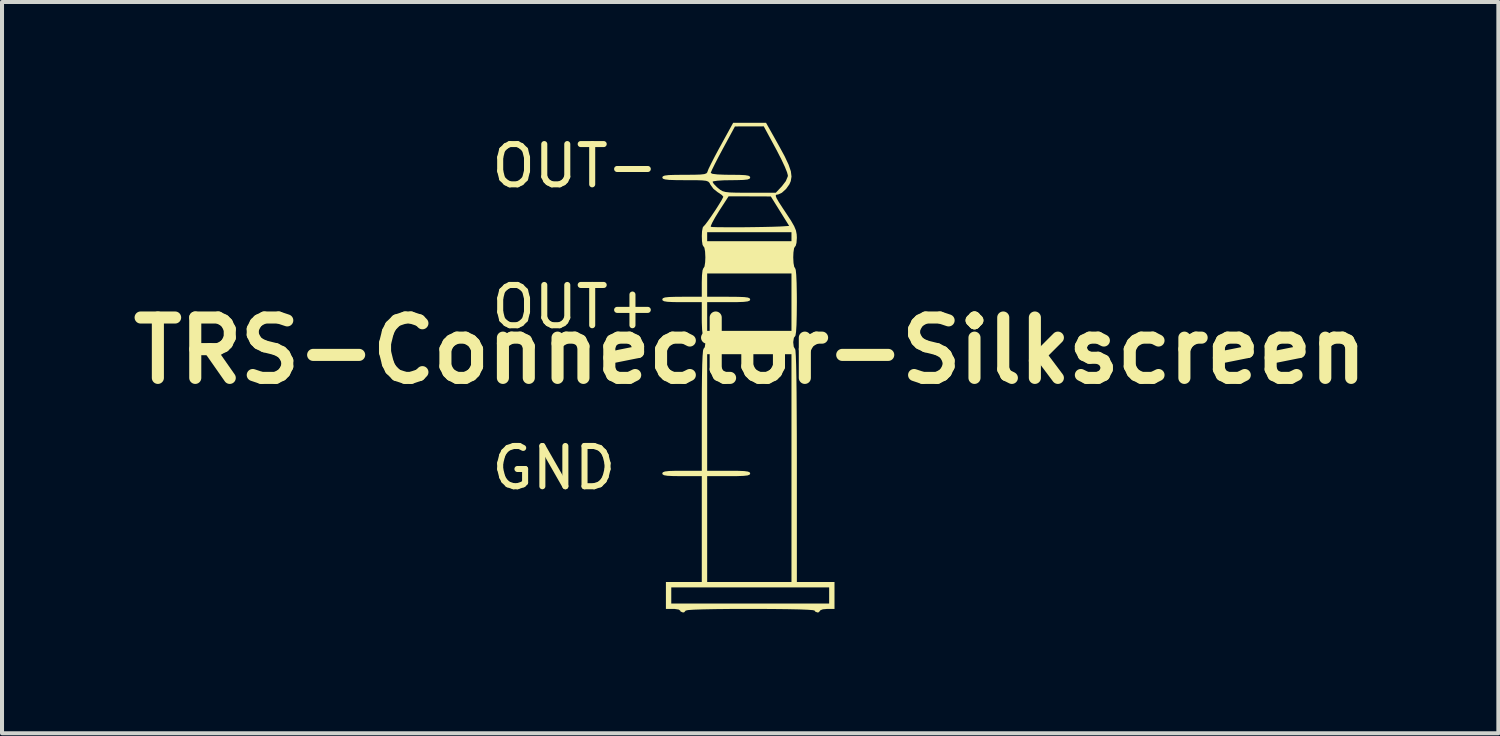
<source format=kicad_pcb>
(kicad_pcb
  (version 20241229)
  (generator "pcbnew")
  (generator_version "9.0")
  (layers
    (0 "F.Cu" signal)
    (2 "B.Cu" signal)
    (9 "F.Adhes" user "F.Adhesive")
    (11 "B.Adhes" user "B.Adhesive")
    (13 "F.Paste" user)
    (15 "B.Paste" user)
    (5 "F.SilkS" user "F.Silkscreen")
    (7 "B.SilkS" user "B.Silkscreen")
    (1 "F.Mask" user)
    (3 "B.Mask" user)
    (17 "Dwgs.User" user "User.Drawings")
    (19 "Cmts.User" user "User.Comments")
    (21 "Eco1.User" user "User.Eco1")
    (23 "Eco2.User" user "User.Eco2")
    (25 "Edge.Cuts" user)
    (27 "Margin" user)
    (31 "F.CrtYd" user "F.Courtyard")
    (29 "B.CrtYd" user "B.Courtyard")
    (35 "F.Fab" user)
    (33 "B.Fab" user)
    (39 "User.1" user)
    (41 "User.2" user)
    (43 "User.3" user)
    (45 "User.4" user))
  (footprint "TRS-Connector-Silkscreen"
    (layer "F.Cu")
    (at 15.586 5.659)
    (property "Reference" "TRS-Connector-Silkscreen" (at 0 0 0) (layer "F.SilkS") (effects (font (size 1.5 1.5) (thickness 0.3))))
    (attr board_only exclude_from_pos_files exclude_from_bom)
    (fp_poly (pts (xy 0.709 -5.097) (xy 0.855 -4.828) (xy 0.954 -4.618) (xy 1.01 -4.454) (xy 1.026 -4.322) (xy 1.007 -4.208) (xy 0.973 -4.13) (xy 0.89 -4.014) (xy 0.787 -3.921) (xy 0.694 -3.878) (xy 0.684 -3.877) (xy 0.645 -3.871) (xy 0.633 -3.846) (xy 0.653 -3.789) (xy 0.71 -3.69) (xy 0.81 -3.536) (xy 0.892 -3.413) (xy 1.014 -3.227) (xy 1.092 -3.091) (xy 1.136 -2.985) (xy 1.155 -2.887) (xy 1.159 -2.8) (xy 1.15 -2.676) (xy 1.129 -2.598) (xy 1.114 -2.585) (xy 1.09 -2.544) (xy 1.074 -2.438) (xy 1.069 -2.317) (xy 1.076 -2.175) (xy 1.094 -2.078) (xy 1.114 -2.05) (xy 1.131 -2.006) (xy 1.144 -1.879) (xy 1.153 -1.674) (xy 1.158 -1.397) (xy 1.159 -1.203) (xy 1.156 -0.886) (xy 1.15 -0.638) (xy 1.139 -0.465) (xy 1.124 -0.372) (xy 1.114 -0.356) (xy 1.085 -0.317) (xy 1.07 -0.221) (xy 1.069 -0.201) (xy 1.081 -0.097) (xy 1.108 -0.046) (xy 1.114 -0.045) (xy 1.124 -0.000166) (xy 1.133 0.132) (xy 1.141 0.352) (xy 1.147 0.658) (xy 1.152 1.049) (xy 1.155 1.524) (xy 1.158 2.083) (xy 1.159 2.724) (xy 1.159 2.852) (xy 1.159 5.748) (xy 1.626 5.748) (xy 2.094 5.748) (xy 2.094 6.083) (xy 2.094 6.417) (xy 1.916 6.417) (xy 1.805 6.427) (xy 1.742 6.451) (xy 1.738 6.461) (xy 1.702 6.501) (xy 1.671 6.506) (xy 1.612 6.482) (xy 1.604 6.461) (xy 1.56 6.448) (xy 1.429 6.438) (xy 1.214 6.429) (xy 0.916 6.423) (xy 0.538 6.419) (xy 0.083 6.417) (xy 0 6.417) (xy -0.468 6.418) (xy -0.859 6.422) (xy -1.17 6.428) (xy -1.399 6.436) (xy -1.544 6.446) (xy -1.603 6.459) (xy -1.604 6.461) (xy -1.64 6.501) (xy -1.671 6.506) (xy -1.73 6.482) (xy -1.738 6.461) (xy -1.777 6.433) (xy -1.876 6.418) (xy -1.916 6.417) (xy -2.094 6.417) (xy -2.094 6.083) (xy -2.094 5.882) (xy -1.961 5.882) (xy -1.961 6.083) (xy -1.961 6.283) (xy 0 6.283) (xy 1.961 6.283) (xy 1.961 6.083) (xy 1.961 5.882) (xy 0 5.882) (xy -1.961 5.882) (xy -2.094 5.882) (xy -2.094 5.748) (xy -1.649 5.748) (xy -1.203 5.748) (xy -1.203 4.434) (xy -1.203 3.119) (xy -1.693 3.119) (xy -1.913 3.117) (xy -2.057 3.11) (xy -2.141 3.096) (xy -2.178 3.073) (xy -2.184 3.052) (xy -2.17 3.023) (xy -2.118 3.003) (xy -2.015 2.991) (xy -1.846 2.986) (xy -1.693 2.986) (xy -1.203 2.986) (xy -1.203 1.471) (xy -1.202 1.018) (xy -1.198 0.642) (xy -1.192 0.345) (xy -1.183 0.13) (xy -1.179 0.089) (xy -1.069 0.089) (xy -1.069 1.537) (xy -1.069 2.986) (xy -0.535 2.986) (xy -0.304 2.987) (xy -0.149 2.993) (xy -0.056 3.006) (xy -0.011 3.026) (xy 0 3.052) (xy -0.013 3.081) (xy -0.063 3.101) (xy -0.162 3.112) (xy -0.324 3.118) (xy -0.535 3.119) (xy -1.069 3.119) (xy -1.069 4.434) (xy -1.069 5.748) (xy -0.022 5.748) (xy 1.025 5.748) (xy 1.025 2.919) (xy 1.025 0.089) (xy -0.022 0.089) (xy -1.069 0.089) (xy -1.179 0.089) (xy -1.172 -0.000346) (xy -1.159 -0.045) (xy -1.159 -0.045) (xy -1.129 -0.084) (xy -1.114 -0.18) (xy -1.114 -0.201) (xy -1.125 -0.304) (xy -1.153 -0.355) (xy -1.159 -0.356) (xy -1.18 -0.399) (xy -1.195 -0.516) (xy -1.202 -0.695) (xy -1.203 -0.78) (xy -1.203 -1.203) (xy -1.693 -1.203) (xy -1.913 -1.205) (xy -2.057 -1.212) (xy -2.141 -1.226) (xy -2.178 -1.249) (xy -2.184 -1.27) (xy -2.17 -1.3) (xy -2.118 -1.32) (xy -2.015 -1.331) (xy -1.846 -1.336) (xy -1.693 -1.337) (xy -1.203 -1.337) (xy -1.203 -1.693) (xy -1.198 -1.87) (xy -1.193 -1.916) (xy -1.069 -1.916) (xy -1.069 -1.626) (xy -1.069 -1.337) (xy -0.535 -1.337) (xy -0.304 -1.335) (xy -0.149 -1.329) (xy -0.056 -1.317) (xy -0.011 -1.296) (xy 0 -1.27) (xy -0.013 -1.241) (xy -0.063 -1.222) (xy -0.162 -1.21) (xy -0.324 -1.204) (xy -0.535 -1.203) (xy -1.069 -1.203) (xy -1.069 -0.847) (xy -1.069 -0.49) (xy -0.022 -0.49) (xy 1.025 -0.49) (xy 1.025 -1.203) (xy 1.025 -1.916) (xy -0.022 -1.916) (xy -1.069 -1.916) (xy -1.193 -1.916) (xy -1.184 -1.994) (xy -1.163 -2.049) (xy -1.159 -2.05) (xy -1.135 -2.09) (xy -1.119 -2.196) (xy -1.114 -2.317) (xy -1.121 -2.46) (xy -1.138 -2.556) (xy -1.159 -2.585) (xy -1.183 -2.624) (xy -1.198 -2.721) (xy -1.202 -2.846) (xy -1.198 -2.941) (xy -1.069 -2.941) (xy -1.069 -2.83) (xy -1.069 -2.718) (xy -0.022 -2.718) (xy 1.025 -2.718) (xy 1.025 -2.83) (xy 1.025 -2.941) (xy -0.022 -2.941) (xy -1.069 -2.941) (xy -1.198 -2.941) (xy -1.196 -2.968) (xy -1.179 -3.056) (xy -1.167 -3.075) (xy -0.979 -3.075) (xy -0.927 -3.069) (xy -0.802 -3.065) (xy -0.622 -3.064) (xy -0.401 -3.063) (xy -0.156 -3.064) (xy 0.095 -3.067) (xy 0.338 -3.071) (xy 0.555 -3.076) (xy 0.73 -3.082) (xy 0.807 -3.086) (xy 0.968 -3.097) (xy 0.74 -3.463) (xy 0.512 -3.829) (xy -0.012 -3.831) (xy -0.537 -3.832) (xy -0.775 -3.465) (xy -0.872 -3.307) (xy -0.943 -3.178) (xy -0.979 -3.096) (xy -0.979 -3.075) (xy -1.167 -3.075) (xy -1.162 -3.082) (xy -1.122 -3.124) (xy -1.049 -3.22) (xy -0.957 -3.352) (xy -0.859 -3.498) (xy -0.77 -3.638) (xy -0.702 -3.751) (xy -0.67 -3.817) (xy -0.669 -3.823) (xy -0.704 -3.864) (xy -0.789 -3.923) (xy -0.802 -3.93) (xy -0.912 -4.017) (xy -0.988 -4.12) (xy -0.988 -4.12) (xy -1.011 -4.166) (xy -1.043 -4.198) (xy -1.098 -4.218) (xy -1.193 -4.228) (xy -1.343 -4.233) (xy -1.563 -4.233) (xy -1.611 -4.233) (xy -1.851 -4.235) (xy -2.015 -4.24) (xy -2.116 -4.252) (xy -2.168 -4.27) (xy -2.183 -4.297) (xy -2.184 -4.3) (xy -2.17 -4.329) (xy -2.122 -4.348) (xy -2.025 -4.36) (xy -1.865 -4.365) (xy -1.63 -4.367) (xy -1.63 -4.367) (xy -1.397 -4.368) (xy -1.239 -4.373) (xy -1.141 -4.384) (xy -1.088 -4.403) (xy -1.08 -4.413) (xy -0.98 -4.413) (xy -0.937 -4.391) (xy -0.814 -4.376) (xy -0.621 -4.368) (xy -0.49 -4.367) (xy -0.271 -4.365) (xy -0.126 -4.358) (xy -0.043 -4.344) (xy -0.006 -4.321) (xy 0 -4.3) (xy -0.014 -4.27) (xy -0.067 -4.25) (xy -0.172 -4.239) (xy -0.345 -4.234) (xy -0.468 -4.233) (xy -0.66 -4.23) (xy -0.814 -4.22) (xy -0.911 -4.206) (xy -0.936 -4.193) (xy -0.905 -4.141) (xy -0.827 -4.061) (xy -0.799 -4.037) (xy -0.742 -3.992) (xy -0.685 -3.96) (xy -0.612 -3.94) (xy -0.507 -3.928) (xy -0.352 -3.923) (xy -0.131 -3.921) (xy -0.013 -3.921) (xy 0.636 -3.921) (xy 0.786 -4.081) (xy 0.884 -4.209) (xy 0.933 -4.325) (xy 0.936 -4.351) (xy 0.915 -4.43) (xy 0.859 -4.569) (xy 0.774 -4.75) (xy 0.669 -4.955) (xy 0.636 -5.017) (xy 0.337 -5.57) (xy -0.021 -5.569) (xy -0.379 -5.568) (xy -0.68 -5.013) (xy -0.788 -4.811) (xy -0.879 -4.634) (xy -0.945 -4.5) (xy -0.978 -4.423) (xy -0.98 -4.413) (xy -1.08 -4.413) (xy -1.065 -4.431) (xy -1.061 -4.446) (xy -1.036 -4.511) (xy -0.974 -4.639) (xy -0.886 -4.811) (xy -0.778 -5.013) (xy -0.735 -5.091) (xy -0.423 -5.659) (xy -0.015 -5.659) (xy 0.393 -5.659)) (stroke (width 0) (type solid)) (fill yes) (layer "F.SilkS"))
    (fp_text user "OUT+" (at -6.5 -0.5 0) (unlocked yes) (layer "F.SilkS") (effects (font (size 1 1) (thickness 0.15)) (justify left bottom)))
    (fp_text user "GND" (at -6.5 3.5 0) (unlocked yes) (layer "F.SilkS") (effects (font (size 1 1) (thickness 0.15)) (justify left bottom)))
    (fp_text user "OUT-" (at -6.5 -4 0) (unlocked yes) (layer "F.SilkS") (effects (font (size 1 1) (thickness 0.15)) (justify left bottom))))
  (gr_rect
    (start -3 -3)
    (end 34.171 15.165)
    (stroke (width 0.1) (type default))
    (fill no)
    (layer "Edge.Cuts")))
</source>
